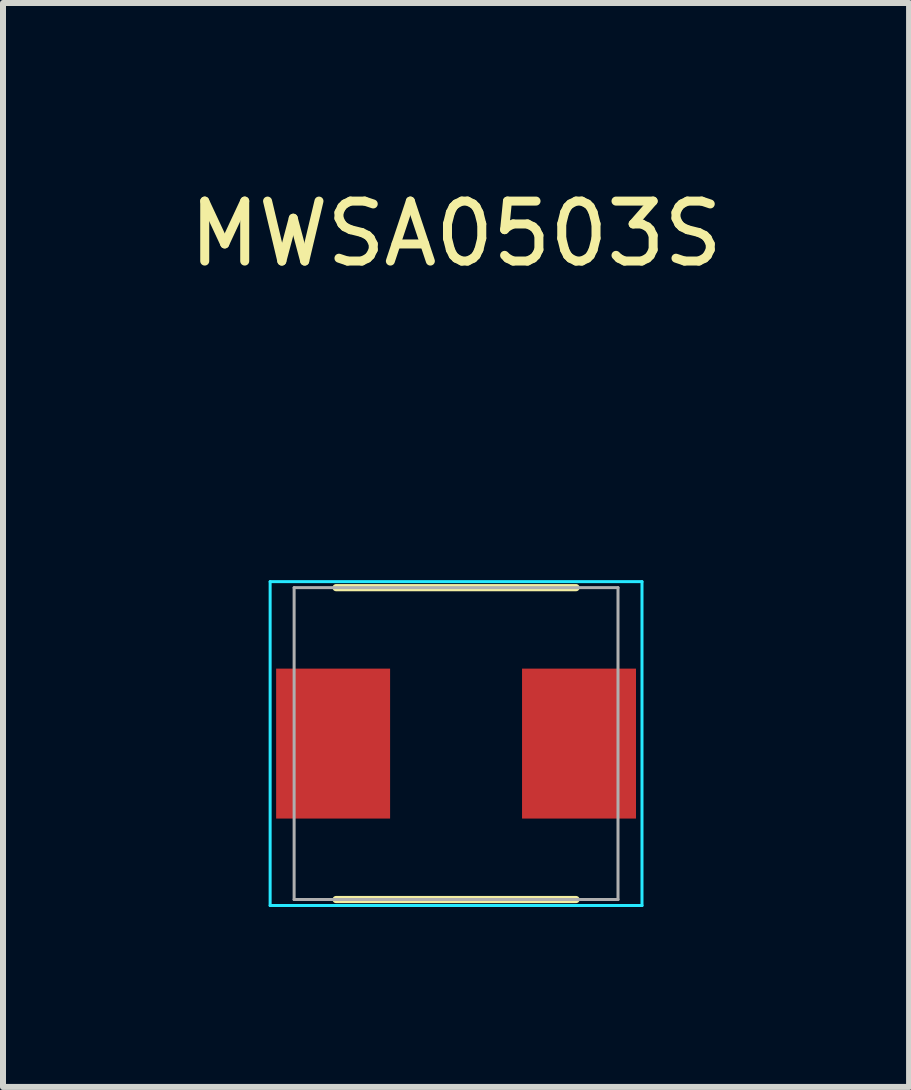
<source format=kicad_pcb>
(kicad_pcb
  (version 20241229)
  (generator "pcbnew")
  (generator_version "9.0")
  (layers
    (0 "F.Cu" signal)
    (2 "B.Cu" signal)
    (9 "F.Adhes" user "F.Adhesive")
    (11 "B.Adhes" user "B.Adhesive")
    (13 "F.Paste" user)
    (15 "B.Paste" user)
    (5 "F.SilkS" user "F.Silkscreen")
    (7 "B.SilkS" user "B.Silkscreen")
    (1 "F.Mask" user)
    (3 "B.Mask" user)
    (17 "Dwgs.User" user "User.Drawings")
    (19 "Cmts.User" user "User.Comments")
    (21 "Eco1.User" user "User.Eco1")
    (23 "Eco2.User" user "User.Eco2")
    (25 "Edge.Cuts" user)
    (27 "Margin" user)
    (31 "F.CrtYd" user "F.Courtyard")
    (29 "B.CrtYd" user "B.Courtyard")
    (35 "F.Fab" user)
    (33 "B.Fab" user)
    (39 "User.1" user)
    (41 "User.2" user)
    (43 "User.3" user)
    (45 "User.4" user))
  (footprint "MWSA0503S"
    (layer "F.Cu")
    (at 4.554 9.348)
    (property "Reference" "MWSA0503S" (at 0 -8.5 0) (layer "F.SilkS") (effects (font (size 1 1) (thickness 0.15))))
    (attr smd)
    (fp_line (start -2 2.6) (end 2 2.6) (stroke (width 0.12) (type solid)) (layer "F.SilkS"))
    (fp_line (start 2 -2.6) (end -2 -2.6) (stroke (width 0.12) (type solid)) (layer "F.SilkS"))
    (fp_line (start -3.1 -2.7) (end -3.1 2.7) (stroke (width 0.05) (type solid)) (layer "B.CrtYd"))
    (fp_line (start -3.1 2.7) (end 3.1 2.7) (stroke (width 0.05) (type solid)) (layer "B.CrtYd"))
    (fp_line (start 3.1 -2.7) (end -3.1 -2.7) (stroke (width 0.05) (type solid)) (layer "B.CrtYd"))
    (fp_line (start 3.1 2.7) (end 3.1 -2.7) (stroke (width 0.05) (type solid)) (layer "B.CrtYd"))
    (fp_line (start -2.7 -2.6) (end -2.7 2.6) (stroke (width 0.05) (type solid)) (layer "F.Fab"))
    (fp_line (start -2.7 2.6) (end 2.7 2.6) (stroke (width 0.05) (type solid)) (layer "F.Fab"))
    (fp_line (start 2.7 -2.6) (end -2.7 -2.6) (stroke (width 0.05) (type solid)) (layer "F.Fab"))
    (fp_line (start 2.7 2.6) (end 2.7 -2.6) (stroke (width 0.05) (type solid)) (layer "F.Fab"))
    (pad "1" smd rect (at -2.05 0 180) (size 1.9 2.5) (layers "F.Cu" "F.Mask" "F.Paste"))
    (pad "2" smd rect (at 2.05 0) (size 1.9 2.5) (layers "F.Cu" "F.Mask" "F.Paste")))
  (gr_rect
    (start -3 -3)
    (end 12.107 15.073)
    (stroke (width 0.1) (type default))
    (fill no)
    (layer "Edge.Cuts")))
</source>
